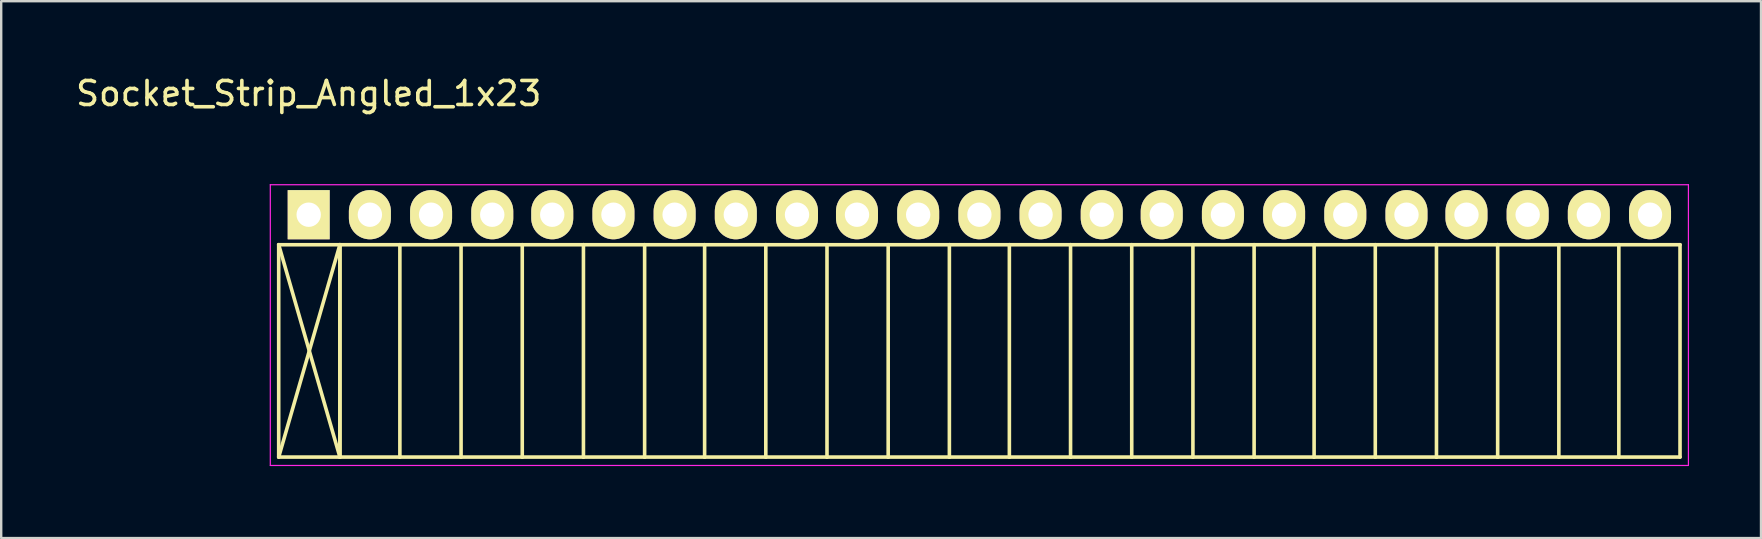
<source format=kicad_pcb>
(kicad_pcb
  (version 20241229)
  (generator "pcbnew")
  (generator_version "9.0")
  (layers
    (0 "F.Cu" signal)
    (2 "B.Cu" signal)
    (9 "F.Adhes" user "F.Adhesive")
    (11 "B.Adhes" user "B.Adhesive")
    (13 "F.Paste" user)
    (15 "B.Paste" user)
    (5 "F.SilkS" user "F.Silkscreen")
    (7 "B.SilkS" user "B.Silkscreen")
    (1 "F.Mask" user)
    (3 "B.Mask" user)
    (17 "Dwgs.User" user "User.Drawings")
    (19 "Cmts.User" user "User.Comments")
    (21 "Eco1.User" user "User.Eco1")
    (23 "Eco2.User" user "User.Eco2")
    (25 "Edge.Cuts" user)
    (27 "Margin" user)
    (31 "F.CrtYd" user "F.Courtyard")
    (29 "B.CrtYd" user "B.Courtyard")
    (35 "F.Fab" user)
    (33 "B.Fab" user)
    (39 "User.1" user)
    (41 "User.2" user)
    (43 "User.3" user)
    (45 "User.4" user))
  (footprint "Socket_Strip_Angled_1x23"
    (layer "F.Cu")
    (at 9.815 5.898)
    (property "Reference" "Socket_Strip_Angled_1x23" (at 0 -5.05 0) (layer "F.SilkS") (effects (font (size 1 1) (thickness 0.15))))
    (attr through_hole)
    (fp_line (start -1.25 1.25) (end -1.25 10.1) (stroke (width 0.15) (type solid)) (layer "F.SilkS"))
    (fp_line (start -1.25 1.25) (end 1.3 1.25) (stroke (width 0.15) (type solid)) (layer "F.SilkS"))
    (fp_line (start -1.25 1.25) (end 1.3 10.1) (stroke (width 0.15) (type solid)) (layer "F.SilkS"))
    (fp_line (start -1.25 10.1) (end 1.3 1.25) (stroke (width 0.15) (type solid)) (layer "F.SilkS"))
    (fp_line (start -1.25 10.1) (end 1.3 10.1) (stroke (width 0.15) (type solid)) (layer "F.SilkS"))
    (fp_line (start 1.3 1.25) (end 1.3 10.1) (stroke (width 0.15) (type solid)) (layer "F.SilkS"))
    (fp_line (start 1.3 1.25) (end 3.8 1.25) (stroke (width 0.15) (type solid)) (layer "F.SilkS"))
    (fp_line (start 1.3 10.1) (end 1.3 1.25) (stroke (width 0.15) (type solid)) (layer "F.SilkS"))
    (fp_line (start 1.3 10.1) (end 3.8 10.1) (stroke (width 0.15) (type solid)) (layer "F.SilkS"))
    (fp_line (start 3.8 1.25) (end 6.35 1.25) (stroke (width 0.15) (type solid)) (layer "F.SilkS"))
    (fp_line (start 3.8 10.1) (end 3.8 1.25) (stroke (width 0.15) (type solid)) (layer "F.SilkS"))
    (fp_line (start 3.8 10.1) (end 6.35 10.1) (stroke (width 0.15) (type solid)) (layer "F.SilkS"))
    (fp_line (start 6.35 1.25) (end 8.9 1.25) (stroke (width 0.15) (type solid)) (layer "F.SilkS"))
    (fp_line (start 6.35 10.1) (end 6.35 1.25) (stroke (width 0.15) (type solid)) (layer "F.SilkS"))
    (fp_line (start 6.35 10.1) (end 8.9 10.1) (stroke (width 0.15) (type solid)) (layer "F.SilkS"))
    (fp_line (start 8.9 1.25) (end 11.45 1.25) (stroke (width 0.15) (type solid)) (layer "F.SilkS"))
    (fp_line (start 8.9 10.1) (end 8.9 1.25) (stroke (width 0.15) (type solid)) (layer "F.SilkS"))
    (fp_line (start 8.9 10.1) (end 11.45 10.1) (stroke (width 0.15) (type solid)) (layer "F.SilkS"))
    (fp_line (start 11.45 1.25) (end 14 1.25) (stroke (width 0.15) (type solid)) (layer "F.SilkS"))
    (fp_line (start 11.45 10.1) (end 11.45 1.25) (stroke (width 0.15) (type solid)) (layer "F.SilkS"))
    (fp_line (start 11.45 10.1) (end 14 10.1) (stroke (width 0.15) (type solid)) (layer "F.SilkS"))
    (fp_line (start 14 1.25) (end 16.5 1.25) (stroke (width 0.15) (type solid)) (layer "F.SilkS"))
    (fp_line (start 14 10.1) (end 14 1.25) (stroke (width 0.15) (type solid)) (layer "F.SilkS"))
    (fp_line (start 14 10.1) (end 16.5 10.1) (stroke (width 0.15) (type solid)) (layer "F.SilkS"))
    (fp_line (start 16.5 1.25) (end 19.05 1.25) (stroke (width 0.15) (type solid)) (layer "F.SilkS"))
    (fp_line (start 16.5 10.1) (end 16.5 1.25) (stroke (width 0.15) (type solid)) (layer "F.SilkS"))
    (fp_line (start 16.5 10.1) (end 19.05 10.1) (stroke (width 0.15) (type solid)) (layer "F.SilkS"))
    (fp_line (start 19.05 1.25) (end 21.6 1.25) (stroke (width 0.15) (type solid)) (layer "F.SilkS"))
    (fp_line (start 19.05 10.1) (end 19.05 1.25) (stroke (width 0.15) (type solid)) (layer "F.SilkS"))
    (fp_line (start 19.05 10.1) (end 21.6 10.1) (stroke (width 0.15) (type solid)) (layer "F.SilkS"))
    (fp_line (start 21.6 1.25) (end 24.15 1.25) (stroke (width 0.15) (type solid)) (layer "F.SilkS"))
    (fp_line (start 21.6 10.1) (end 21.6 1.25) (stroke (width 0.15) (type solid)) (layer "F.SilkS"))
    (fp_line (start 21.6 10.1) (end 24.15 10.1) (stroke (width 0.15) (type solid)) (layer "F.SilkS"))
    (fp_line (start 24.15 1.25) (end 26.7 1.25) (stroke (width 0.15) (type solid)) (layer "F.SilkS"))
    (fp_line (start 24.15 10.1) (end 24.15 1.25) (stroke (width 0.15) (type solid)) (layer "F.SilkS"))
    (fp_line (start 24.15 10.1) (end 26.7 10.1) (stroke (width 0.15) (type solid)) (layer "F.SilkS"))
    (fp_line (start 26.7 1.25) (end 29.2 1.25) (stroke (width 0.15) (type solid)) (layer "F.SilkS"))
    (fp_line (start 26.7 10.1) (end 26.7 1.25) (stroke (width 0.15) (type solid)) (layer "F.SilkS"))
    (fp_line (start 26.7 10.1) (end 29.2 10.1) (stroke (width 0.15) (type solid)) (layer "F.SilkS"))
    (fp_line (start 29.2 1.25) (end 31.75 1.25) (stroke (width 0.15) (type solid)) (layer "F.SilkS"))
    (fp_line (start 29.2 10.1) (end 29.2 1.25) (stroke (width 0.15) (type solid)) (layer "F.SilkS"))
    (fp_line (start 29.2 10.1) (end 31.75 10.1) (stroke (width 0.15) (type solid)) (layer "F.SilkS"))
    (fp_line (start 31.75 1.25) (end 34.3 1.25) (stroke (width 0.15) (type solid)) (layer "F.SilkS"))
    (fp_line (start 31.75 10.1) (end 31.75 1.25) (stroke (width 0.15) (type solid)) (layer "F.SilkS"))
    (fp_line (start 31.75 10.1) (end 34.3 10.1) (stroke (width 0.15) (type solid)) (layer "F.SilkS"))
    (fp_line (start 34.3 1.25) (end 36.85 1.25) (stroke (width 0.15) (type solid)) (layer "F.SilkS"))
    (fp_line (start 34.3 10.1) (end 34.3 1.25) (stroke (width 0.15) (type solid)) (layer "F.SilkS"))
    (fp_line (start 34.3 10.1) (end 36.85 10.1) (stroke (width 0.15) (type solid)) (layer "F.SilkS"))
    (fp_line (start 36.85 1.25) (end 39.4 1.25) (stroke (width 0.15) (type solid)) (layer "F.SilkS"))
    (fp_line (start 36.85 10.1) (end 36.85 1.25) (stroke (width 0.15) (type solid)) (layer "F.SilkS"))
    (fp_line (start 36.85 10.1) (end 39.4 10.1) (stroke (width 0.15) (type solid)) (layer "F.SilkS"))
    (fp_line (start 39.4 1.25) (end 41.9 1.25) (stroke (width 0.15) (type solid)) (layer "F.SilkS"))
    (fp_line (start 39.4 10.1) (end 39.4 1.25) (stroke (width 0.15) (type solid)) (layer "F.SilkS"))
    (fp_line (start 39.4 10.1) (end 41.9 10.1) (stroke (width 0.15) (type solid)) (layer "F.SilkS"))
    (fp_line (start 41.9 1.25) (end 44.45 1.25) (stroke (width 0.15) (type solid)) (layer "F.SilkS"))
    (fp_line (start 41.9 10.1) (end 41.9 1.25) (stroke (width 0.15) (type solid)) (layer "F.SilkS"))
    (fp_line (start 41.9 10.1) (end 44.45 10.1) (stroke (width 0.15) (type solid)) (layer "F.SilkS"))
    (fp_line (start 44.45 1.25) (end 47 1.25) (stroke (width 0.15) (type solid)) (layer "F.SilkS"))
    (fp_line (start 44.45 10.1) (end 44.45 1.25) (stroke (width 0.15) (type solid)) (layer "F.SilkS"))
    (fp_line (start 44.45 10.1) (end 47 10.1) (stroke (width 0.15) (type solid)) (layer "F.SilkS"))
    (fp_line (start 47 1.25) (end 49.55 1.25) (stroke (width 0.15) (type solid)) (layer "F.SilkS"))
    (fp_line (start 47 10.1) (end 47 1.25) (stroke (width 0.15) (type solid)) (layer "F.SilkS"))
    (fp_line (start 47 10.1) (end 49.55 10.1) (stroke (width 0.15) (type solid)) (layer "F.SilkS"))
    (fp_line (start 49.55 1.25) (end 52.1 1.25) (stroke (width 0.15) (type solid)) (layer "F.SilkS"))
    (fp_line (start 49.55 10.1) (end 49.55 1.25) (stroke (width 0.15) (type solid)) (layer "F.SilkS"))
    (fp_line (start 49.55 10.1) (end 52.1 10.1) (stroke (width 0.15) (type solid)) (layer "F.SilkS"))
    (fp_line (start 52.1 1.25) (end 54.6 1.25) (stroke (width 0.15) (type solid)) (layer "F.SilkS"))
    (fp_line (start 52.1 10.1) (end 52.1 1.25) (stroke (width 0.15) (type solid)) (layer "F.SilkS"))
    (fp_line (start 52.1 10.1) (end 54.6 10.1) (stroke (width 0.15) (type solid)) (layer "F.SilkS"))
    (fp_line (start 54.6 1.25) (end 57.15 1.25) (stroke (width 0.15) (type solid)) (layer "F.SilkS"))
    (fp_line (start 54.6 10.1) (end 54.6 1.25) (stroke (width 0.15) (type solid)) (layer "F.SilkS"))
    (fp_line (start 54.6 10.1) (end 57.15 10.1) (stroke (width 0.15) (type solid)) (layer "F.SilkS"))
    (fp_line (start 57.15 10.1) (end 57.15 1.25) (stroke (width 0.15) (type solid)) (layer "F.SilkS"))
    (fp_line (start -1.6 -1.25) (end -1.6 10.45) (stroke (width 0.05) (type solid)) (layer "F.CrtYd"))
    (fp_line (start -1.6 -1.25) (end 57.5 -1.25) (stroke (width 0.05) (type solid)) (layer "F.CrtYd"))
    (fp_line (start -1.6 10.45) (end 57.5 10.45) (stroke (width 0.05) (type solid)) (layer "F.CrtYd"))
    (fp_line (start 57.5 -1.25) (end 57.5 10.45) (stroke (width 0.05) (type solid)) (layer "F.CrtYd"))
    (pad "1" thru_hole rect (at 0 0) (size 1.75 2.05) (drill 1.016) (layers "*.Cu" "*.Mask" "F.SilkS"))
    (pad "2" thru_hole oval (at 2.55 0) (size 1.75 2.05) (drill 1.016) (layers "*.Cu" "*.Mask" "F.SilkS"))
    (pad "3" thru_hole oval (at 5.1 0) (size 1.75 2.05) (drill 1.016) (layers "*.Cu" "*.Mask" "F.SilkS"))
    (pad "4" thru_hole oval (at 7.65 0) (size 1.75 2.05) (drill 1.016) (layers "*.Cu" "*.Mask" "F.SilkS"))
    (pad "5" thru_hole oval (at 10.15 0) (size 1.75 2.05) (drill 1.016) (layers "*.Cu" "*.Mask" "F.SilkS"))
    (pad "6" thru_hole oval (at 12.7 0) (size 1.75 2.05) (drill 1.016) (layers "*.Cu" "*.Mask" "F.SilkS"))
    (pad "7" thru_hole oval (at 15.25 0) (size 1.75 2.05) (drill 1.016) (layers "*.Cu" "*.Mask" "F.SilkS"))
    (pad "8" thru_hole oval (at 17.8 0) (size 1.75 2.05) (drill 1.016) (layers "*.Cu" "*.Mask" "F.SilkS"))
    (pad "9" thru_hole oval (at 20.35 0) (size 1.75 2.05) (drill 1.016) (layers "*.Cu" "*.Mask" "F.SilkS"))
    (pad "10" thru_hole oval (at 22.85 0) (size 1.75 2.05) (drill 1.016) (layers "*.Cu" "*.Mask" "F.SilkS"))
    (pad "11" thru_hole oval (at 25.4 0) (size 1.75 2.05) (drill 1.016) (layers "*.Cu" "*.Mask" "F.SilkS"))
    (pad "12" thru_hole oval (at 27.95 0) (size 1.75 2.05) (drill 1.016) (layers "*.Cu" "*.Mask" "F.SilkS"))
    (pad "13" thru_hole oval (at 30.5 0) (size 1.75 2.05) (drill 1.016) (layers "*.Cu" "*.Mask" "F.SilkS"))
    (pad "14" thru_hole oval (at 33.05 0) (size 1.75 2.05) (drill 1.016) (layers "*.Cu" "*.Mask" "F.SilkS"))
    (pad "15" thru_hole oval (at 35.55 0) (size 1.75 2.05) (drill 1.016) (layers "*.Cu" "*.Mask" "F.SilkS"))
    (pad "16" thru_hole oval (at 38.1 0) (size 1.75 2.05) (drill 1.016) (layers "*.Cu" "*.Mask" "F.SilkS"))
    (pad "17" thru_hole oval (at 40.65 0) (size 1.75 2.05) (drill 1.016) (layers "*.Cu" "*.Mask" "F.SilkS"))
    (pad "18" thru_hole oval (at 43.2 0) (size 1.75 2.05) (drill 1.016) (layers "*.Cu" "*.Mask" "F.SilkS"))
    (pad "19" thru_hole oval (at 45.75 0) (size 1.75 2.05) (drill 1.016) (layers "*.Cu" "*.Mask" "F.SilkS"))
    (pad "20" thru_hole oval (at 48.25 0) (size 1.75 2.05) (drill 1.016) (layers "*.Cu" "*.Mask" "F.SilkS"))
    (pad "21" thru_hole oval (at 50.8 0) (size 1.75 2.05) (drill 1.016) (layers "*.Cu" "*.Mask" "F.SilkS"))
    (pad "22" thru_hole oval (at 53.35 0) (size 1.75 2.05) (drill 1.016) (layers "*.Cu" "*.Mask" "F.SilkS"))
    (pad "23" thru_hole oval (at 55.9 0) (size 1.75 2.05) (drill 1.016) (layers "*.Cu" "*.Mask" "F.SilkS")))
  (gr_rect
    (start -3 -3)
    (end 70.34 19.373)
    (stroke (width 0.1) (type default))
    (fill no)
    (layer "Edge.Cuts")))
</source>
